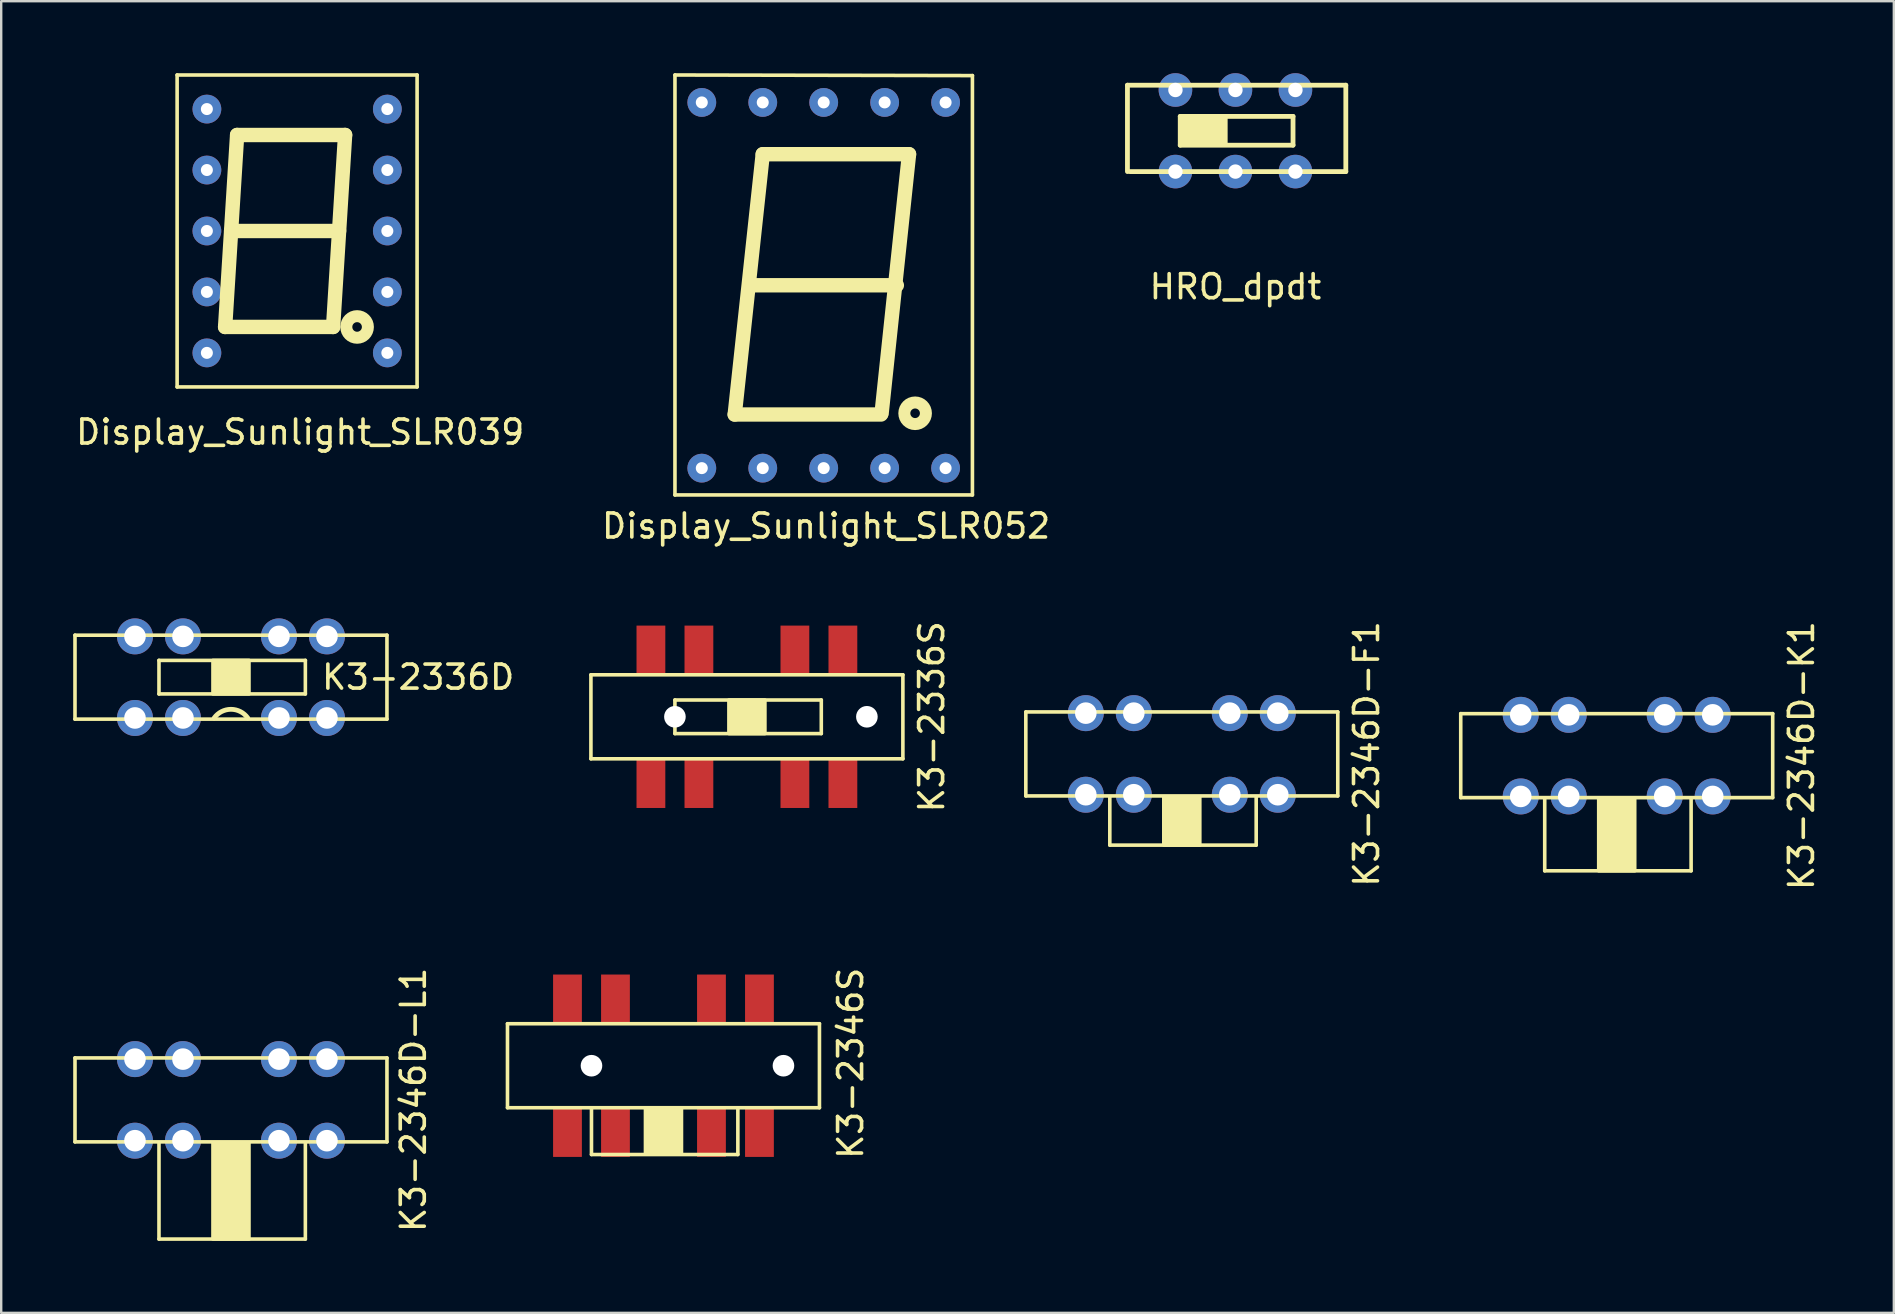
<source format=kicad_pcb>
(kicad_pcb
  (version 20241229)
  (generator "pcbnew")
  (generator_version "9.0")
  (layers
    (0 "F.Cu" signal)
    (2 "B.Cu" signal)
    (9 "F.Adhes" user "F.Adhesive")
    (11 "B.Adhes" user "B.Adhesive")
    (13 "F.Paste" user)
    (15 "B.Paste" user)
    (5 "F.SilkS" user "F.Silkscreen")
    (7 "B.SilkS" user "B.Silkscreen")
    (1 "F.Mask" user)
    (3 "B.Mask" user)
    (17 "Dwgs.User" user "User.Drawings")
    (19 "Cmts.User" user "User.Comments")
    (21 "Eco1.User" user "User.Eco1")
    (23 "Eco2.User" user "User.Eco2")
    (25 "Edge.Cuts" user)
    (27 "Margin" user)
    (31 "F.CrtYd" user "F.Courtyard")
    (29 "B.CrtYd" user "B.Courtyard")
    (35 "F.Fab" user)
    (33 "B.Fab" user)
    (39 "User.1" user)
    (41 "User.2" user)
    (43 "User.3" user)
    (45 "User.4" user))
  (footprint "K3-2346D-K1"
    (layer "F.Cu")
    (at 60.322 26.739)
    (property "Reference" "K3-2346D-K1" (at 11.7 1.7 90) (layer "F.SilkS") (effects (font (size 1 1) (thickness 0.15))))
    (attr through_hole)
    (fp_line (start -2.5 -0.05) (end -2.5 3.45) (stroke (width 0.15) (type solid)) (layer "F.SilkS"))
    (fp_line (start -2.5 -0.05) (end 10.5 -0.05) (stroke (width 0.15) (type solid)) (layer "F.SilkS"))
    (fp_line (start -2.5 3.45) (end 10.5 3.45) (stroke (width 0.15) (type solid)) (layer "F.SilkS"))
    (fp_line (start 1 3.5) (end 1 6.5) (stroke (width 0.15) (type solid)) (layer "F.SilkS"))
    (fp_line (start 7.1 3.5) (end 7.1 6.5) (stroke (width 0.15) (type solid)) (layer "F.SilkS"))
    (fp_line (start 7.1 6.5) (end 1 6.5) (stroke (width 0.15) (type solid)) (layer "F.SilkS"))
    (fp_line (start 10.5 3.45) (end 10.5 -0.05) (stroke (width 0.15) (type solid)) (layer "F.SilkS"))
    (fp_poly (pts (xy 3.25 3.5) (xy 4.75 3.5) (xy 4.75 6.5) (xy 3.25 6.5)) (stroke (width 0.15) (type solid)) (fill yes) (layer "F.SilkS"))
    (pad "1" thru_hole circle (at 0 0) (size 1.5 1.5) (drill 0.9) (layers "*.Cu" "*.Mask"))
    (pad "2" thru_hole circle (at 2 0) (size 1.5 1.5) (drill 0.9) (layers "*.Cu" "*.Mask"))
    (pad "3" thru_hole circle (at 6 0) (size 1.5 1.5) (drill 0.9) (layers "*.Cu" "*.Mask"))
    (pad "4" thru_hole circle (at 8 0) (size 1.5 1.5) (drill 0.9) (layers "*.Cu" "*.Mask"))
    (pad "5" thru_hole circle (at 0 3.4) (size 1.5 1.5) (drill 0.9) (layers "*.Cu" "*.Mask"))
    (pad "6" thru_hole circle (at 2 3.4) (size 1.5 1.5) (drill 0.9) (layers "*.Cu" "*.Mask"))
    (pad "7" thru_hole circle (at 6 3.4) (size 1.5 1.5) (drill 0.9) (layers "*.Cu" "*.Mask"))
    (pad "8" thru_hole circle (at 8 3.4) (size 1.5 1.5) (drill 0.9) (layers "*.Cu" "*.Mask")))
  (footprint "K3-2346D-F1"
    (layer "F.Cu")
    (at 42.198 26.668)
    (property "Reference" "K3-2346D-F1" (at 11.7 1.7 90) (layer "F.SilkS") (effects (font (size 1 1) (thickness 0.15))))
    (attr through_hole)
    (fp_line (start -2.5 -0.05) (end -2.5 3.45) (stroke (width 0.15) (type solid)) (layer "F.SilkS"))
    (fp_line (start -2.5 -0.05) (end 10.5 -0.05) (stroke (width 0.15) (type solid)) (layer "F.SilkS"))
    (fp_line (start -2.5 3.45) (end 10.5 3.45) (stroke (width 0.15) (type solid)) (layer "F.SilkS"))
    (fp_line (start 1 3.5) (end 1 5.5) (stroke (width 0.15) (type solid)) (layer "F.SilkS"))
    (fp_line (start 7.1 3.5) (end 7.1 5.5) (stroke (width 0.15) (type solid)) (layer "F.SilkS"))
    (fp_line (start 7.1 5.5) (end 1 5.5) (stroke (width 0.15) (type solid)) (layer "F.SilkS"))
    (fp_line (start 10.5 3.45) (end 10.5 -0.05) (stroke (width 0.15) (type solid)) (layer "F.SilkS"))
    (fp_poly (pts (xy 3.25 3.5) (xy 4.75 3.5) (xy 4.75 5.5) (xy 3.25 5.5)) (stroke (width 0.15) (type solid)) (fill yes) (layer "F.SilkS"))
    (pad "1" thru_hole circle (at 0 0) (size 1.5 1.5) (drill 0.9) (layers "*.Cu" "*.Mask"))
    (pad "2" thru_hole circle (at 2 0) (size 1.5 1.5) (drill 0.9) (layers "*.Cu" "*.Mask"))
    (pad "3" thru_hole circle (at 6 0) (size 1.5 1.5) (drill 0.9) (layers "*.Cu" "*.Mask"))
    (pad "4" thru_hole circle (at 8 0) (size 1.5 1.5) (drill 0.9) (layers "*.Cu" "*.Mask"))
    (pad "5" thru_hole circle (at 0 3.4) (size 1.5 1.5) (drill 0.9) (layers "*.Cu" "*.Mask"))
    (pad "6" thru_hole circle (at 2 3.4) (size 1.5 1.5) (drill 0.9) (layers "*.Cu" "*.Mask"))
    (pad "7" thru_hole circle (at 6 3.4) (size 1.5 1.5) (drill 0.9) (layers "*.Cu" "*.Mask"))
    (pad "8" thru_hole circle (at 8 3.4) (size 1.5 1.5) (drill 0.9) (layers "*.Cu" "*.Mask")))
  (footprint "K3-2336D"
    (layer "F.Cu")
    (at 6.575 25.169)
    (property "Reference" "K3-2336D" (at 7.8 0 180) (layer "F.SilkS") (effects (font (size 1 1) (thickness 0.15))))
    (attr through_hole)
    (fp_line (start -6.5 -1.75) (end -6.5 1.75) (stroke (width 0.15) (type solid)) (layer "F.SilkS"))
    (fp_line (start -6.5 -1.75) (end 6.5 -1.75) (stroke (width 0.15) (type solid)) (layer "F.SilkS"))
    (fp_line (start -6.5 1.75) (end 6.5 1.75) (stroke (width 0.15) (type solid)) (layer "F.SilkS"))
    (fp_line (start -3 -0.7) (end -3 0.7) (stroke (width 0.15) (type solid)) (layer "F.SilkS"))
    (fp_line (start -3 -0.7) (end 3.1 -0.7) (stroke (width 0.15) (type solid)) (layer "F.SilkS"))
    (fp_line (start 3.1 -0.7) (end 3.1 0.7) (stroke (width 0.15) (type solid)) (layer "F.SilkS"))
    (fp_line (start 3.1 0.7) (end -3 0.7) (stroke (width 0.15) (type solid)) (layer "F.SilkS"))
    (fp_line (start 6.5 1.75) (end 6.5 -1.75) (stroke (width 0.15) (type solid)) (layer "F.SilkS"))
    (fp_arc (start -0.7 1.7) (mid 0 1.339767) (end 0.7 1.7) (stroke (width 0.2) (type solid)) (layer "F.SilkS"))
    (fp_poly (pts (xy -0.75 -0.7) (xy 0.75 -0.7) (xy 0.75 0.7) (xy -0.75 0.7)) (stroke (width 0.15) (type solid)) (fill yes) (layer "F.SilkS"))
    (pad "1" thru_hole circle (at -4 1.7) (size 1.5 1.5) (drill 0.9) (layers "*.Cu" "*.Mask"))
    (pad "2" thru_hole circle (at -2 1.7) (size 1.5 1.5) (drill 0.9) (layers "*.Cu" "*.Mask"))
    (pad "3" thru_hole circle (at 2 1.7) (size 1.5 1.5) (drill 0.9) (layers "*.Cu" "*.Mask"))
    (pad "4" thru_hole circle (at 4 1.7) (size 1.5 1.5) (drill 0.9) (layers "*.Cu" "*.Mask"))
    (pad "5" thru_hole circle (at 4 -1.7) (size 1.5 1.5) (drill 0.9) (layers "*.Cu" "*.Mask"))
    (pad "6" thru_hole circle (at 2 -1.7) (size 1.5 1.5) (drill 0.9) (layers "*.Cu" "*.Mask"))
    (pad "7" thru_hole circle (at -2 -1.7) (size 1.5 1.5) (drill 0.9) (layers "*.Cu" "*.Mask"))
    (pad "8" thru_hole circle (at -4 -1.7) (size 1.5 1.5) (drill 0.9) (layers "*.Cu" "*.Mask")))
  (footprint "Display_Sunlight_SLR052"
    (layer "F.Cu")
    (at 31.275 8.838)
    (property "Reference" "Display_Sunlight_SLR052" (at 0.1 10.033 0) (layer "F.SilkS") (effects (font (size 1 1) (thickness 0.15))))
    (attr through_hole)
    (fp_line (start -6.198 8.738) (end -6.198 -8.763) (stroke (width 0.15) (type solid)) (layer "F.SilkS"))
    (fp_line (start -6.198 8.738) (end 6.198 8.738) (stroke (width 0.15) (type solid)) (layer "F.SilkS"))
    (fp_line (start -2.54 -5.461) (end -3.708 5.385) (stroke (width 0.6) (type solid)) (layer "F.SilkS"))
    (fp_line (start 2.388 5.385) (end -3.708 5.385) (stroke (width 0.6) (type solid)) (layer "F.SilkS"))
    (fp_line (start 3.048 0) (end -3.048 0) (stroke (width 0.6) (type solid)) (layer "F.SilkS"))
    (fp_line (start 3.556 -5.461) (end -2.54 -5.461) (stroke (width 0.6) (type solid)) (layer "F.SilkS"))
    (fp_line (start 3.556 -5.461) (end 2.413 5.334) (stroke (width 0.6) (type solid)) (layer "F.SilkS"))
    (fp_line (start 6.198 -8.738) (end -6.198 -8.763) (stroke (width 0.15) (type solid)) (layer "F.SilkS"))
    (fp_line (start 6.198 -8.738) (end 6.198 8.738) (stroke (width 0.15) (type solid)) (layer "F.SilkS"))
    (fp_circle (center 3.81 5.334) (end 4.01 5.334) (stroke (width 0.5) (type solid)) (fill no) (layer "F.SilkS"))
    (pad "1" thru_hole circle (at -5.08 7.62 90) (size 1.2 1.2) (drill 0.5) (layers "*.Cu" "*.Mask"))
    (pad "2" thru_hole circle (at -2.54 7.62 90) (size 1.2 1.2) (drill 0.5) (layers "*.Cu" "*.Mask"))
    (pad "3" thru_hole circle (at 0 7.62 90) (size 1.2 1.2) (drill 0.5) (layers "*.Cu" "*.Mask"))
    (pad "4" thru_hole circle (at 2.54 7.62 90) (size 1.2 1.2) (drill 0.5) (layers "*.Cu" "*.Mask"))
    (pad "5" thru_hole circle (at 5.08 7.62 90) (size 1.2 1.2) (drill 0.5) (layers "*.Cu" "*.Mask"))
    (pad "6" thru_hole circle (at 5.08 -7.62 90) (size 1.2 1.2) (drill 0.5) (layers "*.Cu" "*.Mask"))
    (pad "7" thru_hole circle (at 2.54 -7.62 90) (size 1.2 1.2) (drill 0.5) (layers "*.Cu" "*.Mask"))
    (pad "8" thru_hole circle (at 0 -7.62 90) (size 1.2 1.2) (drill 0.5) (layers "*.Cu" "*.Mask"))
    (pad "9" thru_hole circle (at -2.54 -7.62 90) (size 1.2 1.2) (drill 0.5) (layers "*.Cu" "*.Mask"))
    (pad "10" thru_hole circle (at -5.08 -7.62 90) (size 1.2 1.2) (drill 0.5) (layers "*.Cu" "*.Mask")))
  (footprint "Display_Sunlight_SLR039"
    (layer "F.Cu")
    (at 9.331 6.575)
    (property "Reference" "Display_Sunlight_SLR039" (at 0.127 8.382 0) (layer "F.SilkS") (effects (font (size 1 1) (thickness 0.15))))
    (attr through_hole)
    (fp_line (start -5 -6.5) (end 5 -6.5) (stroke (width 0.15) (type solid)) (layer "F.SilkS"))
    (fp_line (start -5 6.5) (end -5 -6.5) (stroke (width 0.15) (type solid)) (layer "F.SilkS"))
    (fp_line (start -3 4) (end 1.5 4) (stroke (width 0.6) (type solid)) (layer "F.SilkS"))
    (fp_line (start -2.75 0) (end 1.75 0) (stroke (width 0.6) (type solid)) (layer "F.SilkS"))
    (fp_line (start -2.5 -4) (end -3 4) (stroke (width 0.6) (type solid)) (layer "F.SilkS"))
    (fp_line (start 1.5 4) (end 2 -4) (stroke (width 0.6) (type solid)) (layer "F.SilkS"))
    (fp_line (start 2 -4) (end -2.5 -4) (stroke (width 0.6) (type solid)) (layer "F.SilkS"))
    (fp_line (start 5 -6.5) (end 5 6.5) (stroke (width 0.15) (type solid)) (layer "F.SilkS"))
    (fp_line (start 5 6.5) (end -5 6.5) (stroke (width 0.15) (type solid)) (layer "F.SilkS"))
    (fp_circle (center 2.5 4) (end 2.7 4) (stroke (width 0.5) (type solid)) (fill no) (layer "F.SilkS"))
    (pad "1" thru_hole circle (at -3.76 -5.08) (size 1.2 1.2) (drill 0.5) (layers "*.Cu" "*.Mask"))
    (pad "2" thru_hole circle (at -3.76 -2.54) (size 1.2 1.2) (drill 0.5) (layers "*.Cu" "*.Mask"))
    (pad "3" thru_hole circle (at -3.76 0) (size 1.2 1.2) (drill 0.5) (layers "*.Cu" "*.Mask"))
    (pad "4" thru_hole circle (at -3.76 2.54) (size 1.2 1.2) (drill 0.5) (layers "*.Cu" "*.Mask"))
    (pad "5" thru_hole circle (at -3.76 5.08) (size 1.2 1.2) (drill 0.5) (layers "*.Cu" "*.Mask"))
    (pad "6" thru_hole circle (at 3.76 5.08) (size 1.2 1.2) (drill 0.5) (layers "*.Cu" "*.Mask"))
    (pad "7" thru_hole circle (at 3.76 2.54) (size 1.2 1.2) (drill 0.5) (layers "*.Cu" "*.Mask"))
    (pad "8" thru_hole circle (at 3.76 0) (size 1.2 1.2) (drill 0.5) (layers "*.Cu" "*.Mask"))
    (pad "9" thru_hole circle (at 3.76 -2.54) (size 1.2 1.2) (drill 0.5) (layers "*.Cu" "*.Mask"))
    (pad "10" thru_hole circle (at 3.76 -5.08) (size 1.2 1.2) (drill 0.5) (layers "*.Cu" "*.Mask")))
  (footprint "K3-2346S"
    (layer "F.Cu")
    (at 24.598 41.361)
    (property "Reference" "K3-2346S" (at 7.8 -0.1 90) (layer "F.SilkS") (effects (font (size 1 1) (thickness 0.15))))
    (attr smd)
    (fp_line (start -6.5 -1.75) (end -6.5 1.75) (stroke (width 0.15) (type solid)) (layer "F.SilkS"))
    (fp_line (start -6.5 -1.75) (end 6.5 -1.75) (stroke (width 0.15) (type solid)) (layer "F.SilkS"))
    (fp_line (start -6.5 1.75) (end 6.5 1.75) (stroke (width 0.15) (type solid)) (layer "F.SilkS"))
    (fp_line (start -3 1.8) (end -3 3.7) (stroke (width 0.15) (type solid)) (layer "F.SilkS"))
    (fp_line (start 3.1 1.8) (end 3.1 3.7) (stroke (width 0.15) (type solid)) (layer "F.SilkS"))
    (fp_line (start 3.1 3.7) (end -3 3.7) (stroke (width 0.15) (type solid)) (layer "F.SilkS"))
    (fp_line (start 6.5 1.75) (end 6.5 -1.75) (stroke (width 0.15) (type solid)) (layer "F.SilkS"))
    (fp_poly (pts (xy -0.75 1.8) (xy 0.75 1.8) (xy 0.75 3.65) (xy -0.75 3.65)) (stroke (width 0.15) (type solid)) (fill yes) (layer "F.SilkS"))
    (pad "" np_thru_hole circle (at -3 0) (size 0.9 0.9) (drill 0.9) (layers "*.Cu" "*.Mask"))
    (pad "" np_thru_hole circle (at 5 0) (size 0.9 0.9) (drill 0.9) (layers "*.Cu" "*.Mask"))
    (pad "1" smd rect (at -4 -2.8) (size 1.2 2) (layers "F.Cu" "F.Mask" "F.Paste"))
    (pad "2" smd rect (at -2 -2.8) (size 1.2 2) (layers "F.Cu" "F.Mask" "F.Paste"))
    (pad "3" smd rect (at 2 -2.8) (size 1.2 2) (layers "F.Cu" "F.Mask" "F.Paste"))
    (pad "4" smd rect (at 4 -2.8) (size 1.2 2) (layers "F.Cu" "F.Mask" "F.Paste"))
    (pad "5" smd rect (at -4 2.8) (size 1.2 2) (layers "F.Cu" "F.Mask" "F.Paste"))
    (pad "6" smd rect (at -2 2.8) (size 1.2 2) (layers "F.Cu" "F.Mask" "F.Paste"))
    (pad "7" smd rect (at 2 2.8) (size 1.2 2) (layers "F.Cu" "F.Mask" "F.Paste"))
    (pad "8" smd rect (at 4 2.8) (size 1.2 2) (layers "F.Cu" "F.Mask" "F.Paste")))
  (footprint "K3-2346D-L1"
    (layer "F.Cu")
    (at 2.575 41.085)
    (property "Reference" "K3-2346D-L1" (at 11.6 1.7 90) (layer "F.SilkS") (effects (font (size 1 1) (thickness 0.15))))
    (attr through_hole)
    (fp_line (start -2.5 -0.05) (end -2.5 3.45) (stroke (width 0.15) (type solid)) (layer "F.SilkS"))
    (fp_line (start -2.5 -0.05) (end 10.5 -0.05) (stroke (width 0.15) (type solid)) (layer "F.SilkS"))
    (fp_line (start -2.5 3.45) (end 10.5 3.45) (stroke (width 0.15) (type solid)) (layer "F.SilkS"))
    (fp_line (start 1 3.5) (end 1 7.5) (stroke (width 0.15) (type solid)) (layer "F.SilkS"))
    (fp_line (start 7.1 3.5) (end 7.1 7.5) (stroke (width 0.15) (type solid)) (layer "F.SilkS"))
    (fp_line (start 7.1 7.5) (end 1 7.5) (stroke (width 0.15) (type solid)) (layer "F.SilkS"))
    (fp_line (start 10.5 3.45) (end 10.5 -0.05) (stroke (width 0.15) (type solid)) (layer "F.SilkS"))
    (fp_poly (pts (xy 3.25 3.5) (xy 4.75 3.5) (xy 4.75 7.5) (xy 3.25 7.5)) (stroke (width 0.15) (type solid)) (fill yes) (layer "F.SilkS"))
    (pad "1" thru_hole circle (at 0 0) (size 1.5 1.5) (drill 0.9) (layers "*.Cu" "*.Mask"))
    (pad "2" thru_hole circle (at 2 0) (size 1.5 1.5) (drill 0.9) (layers "*.Cu" "*.Mask"))
    (pad "3" thru_hole circle (at 6 0) (size 1.5 1.5) (drill 0.9) (layers "*.Cu" "*.Mask"))
    (pad "4" thru_hole circle (at 8 0) (size 1.5 1.5) (drill 0.9) (layers "*.Cu" "*.Mask"))
    (pad "5" thru_hole circle (at 0 3.4) (size 1.5 1.5) (drill 0.9) (layers "*.Cu" "*.Mask"))
    (pad "6" thru_hole circle (at 2 3.4) (size 1.5 1.5) (drill 0.9) (layers "*.Cu" "*.Mask"))
    (pad "7" thru_hole circle (at 6 3.4) (size 1.5 1.5) (drill 0.9) (layers "*.Cu" "*.Mask"))
    (pad "8" thru_hole circle (at 8 3.4) (size 1.5 1.5) (drill 0.9) (layers "*.Cu" "*.Mask")))
  (footprint "K3-2336S"
    (layer "F.Cu")
    (at 28.075 26.82)
    (property "Reference" "K3-2336S" (at 7.7 0 90) (layer "F.SilkS") (effects (font (size 1 1) (thickness 0.15))))
    (attr smd)
    (fp_line (start -6.5 -1.75) (end -6.5 1.75) (stroke (width 0.15) (type solid)) (layer "F.SilkS"))
    (fp_line (start -6.5 -1.75) (end 6.5 -1.75) (stroke (width 0.15) (type solid)) (layer "F.SilkS"))
    (fp_line (start -6.5 1.75) (end 6.5 1.75) (stroke (width 0.15) (type solid)) (layer "F.SilkS"))
    (fp_line (start -3 -0.7) (end -3 0.7) (stroke (width 0.15) (type solid)) (layer "F.SilkS"))
    (fp_line (start -3 -0.7) (end 3.1 -0.7) (stroke (width 0.15) (type solid)) (layer "F.SilkS"))
    (fp_line (start 3.1 -0.7) (end 3.1 0.7) (stroke (width 0.15) (type solid)) (layer "F.SilkS"))
    (fp_line (start 3.1 0.7) (end -3 0.7) (stroke (width 0.15) (type solid)) (layer "F.SilkS"))
    (fp_line (start 6.5 1.75) (end 6.5 -1.75) (stroke (width 0.15) (type solid)) (layer "F.SilkS"))
    (fp_poly (pts (xy -0.75 -0.7) (xy 0.75 -0.7) (xy 0.75 0.7) (xy -0.75 0.7)) (stroke (width 0.15) (type solid)) (fill yes) (layer "F.SilkS"))
    (pad "" np_thru_hole circle (at -3 0) (size 0.9 0.9) (drill 0.9) (layers "*.Cu" "*.Mask"))
    (pad "" np_thru_hole circle (at 5 0) (size 0.9 0.9) (drill 0.9) (layers "*.Cu" "*.Mask"))
    (pad "1" smd rect (at -4 -2.8) (size 1.2 2) (layers "F.Cu" "F.Mask" "F.Paste"))
    (pad "2" smd rect (at -2 -2.8) (size 1.2 2) (layers "F.Cu" "F.Mask" "F.Paste"))
    (pad "3" smd rect (at 2 -2.8) (size 1.2 2) (layers "F.Cu" "F.Mask" "F.Paste"))
    (pad "4" smd rect (at 4 -2.8) (size 1.2 2) (layers "F.Cu" "F.Mask" "F.Paste"))
    (pad "5" smd rect (at -4 2.8) (size 1.2 2) (layers "F.Cu" "F.Mask" "F.Paste"))
    (pad "6" smd rect (at -2 2.8) (size 1.2 2) (layers "F.Cu" "F.Mask" "F.Paste"))
    (pad "7" smd rect (at 2 2.8) (size 1.2 2) (layers "F.Cu" "F.Mask" "F.Paste"))
    (pad "8" smd rect (at 4 2.8) (size 1.2 2) (layers "F.Cu" "F.Mask" "F.Paste")))
  (footprint "HRO_dpdt"
    (layer "F.Cu")
    (at 48.433 2.4)
    (property "Reference" "HRO_dpdt" (at 0 6.5 0) (layer "F.SilkS") (effects (font (size 1 1) (thickness 0.15))))
    (attr through_hole)
    (fp_line (start -4.5 -1.9) (end -4.5 1.7) (stroke (width 0.2) (type solid)) (layer "F.SilkS"))
    (fp_line (start -4.5 -1.9) (end 4.6 -1.9) (stroke (width 0.2) (type solid)) (layer "F.SilkS"))
    (fp_line (start -2.3 -0.6) (end 2.4 -0.6) (stroke (width 0.2) (type solid)) (layer "F.SilkS"))
    (fp_line (start -2.3 0.6) (end -2.3 -0.6) (stroke (width 0.2) (type solid)) (layer "F.SilkS"))
    (fp_line (start 2.4 -0.6) (end 2.4 0.6) (stroke (width 0.2) (type solid)) (layer "F.SilkS"))
    (fp_line (start 2.4 0.6) (end -2.3 0.6) (stroke (width 0.2) (type solid)) (layer "F.SilkS"))
    (fp_line (start 4.6 -1.9) (end 4.6 1.7) (stroke (width 0.2) (type solid)) (layer "F.SilkS"))
    (fp_line (start 4.6 1.7) (end -4.4 1.7) (stroke (width 0.2) (type solid)) (layer "F.SilkS"))
    (fp_poly (pts (xy -2.3 -0.6) (xy -0.4 -0.6) (xy -0.4 0.6) (xy -2.3 0.6)) (stroke (width 0.15) (type solid)) (fill yes) (layer "F.SilkS"))
    (pad "1" thru_hole circle (at -2.5 1.7) (size 1.4 1.4) (drill 0.6) (layers "*.Cu" "*.Mask"))
    (pad "2" thru_hole circle (at 0 1.7) (size 1.4 1.4) (drill 0.6) (layers "*.Cu" "*.Mask"))
    (pad "3" thru_hole circle (at 2.5 1.7) (size 1.4 1.4) (drill 0.6) (layers "*.Cu" "*.Mask"))
    (pad "4" thru_hole circle (at -2.5 -1.7) (size 1.4 1.4) (drill 0.6) (layers "*.Cu" "*.Mask"))
    (pad "5" thru_hole circle (at 0 -1.7) (size 1.4 1.4) (drill 0.6) (layers "*.Cu" "*.Mask"))
    (pad "6" thru_hole circle (at 2.5 -1.7) (size 1.4 1.4) (drill 0.6) (layers "*.Cu" "*.Mask")))
  (gr_rect
    (start -3 -3)
    (end 75.87 51.66)
    (stroke (width 0.1) (type default))
    (fill no)
    (layer "Edge.Cuts")))
</source>
